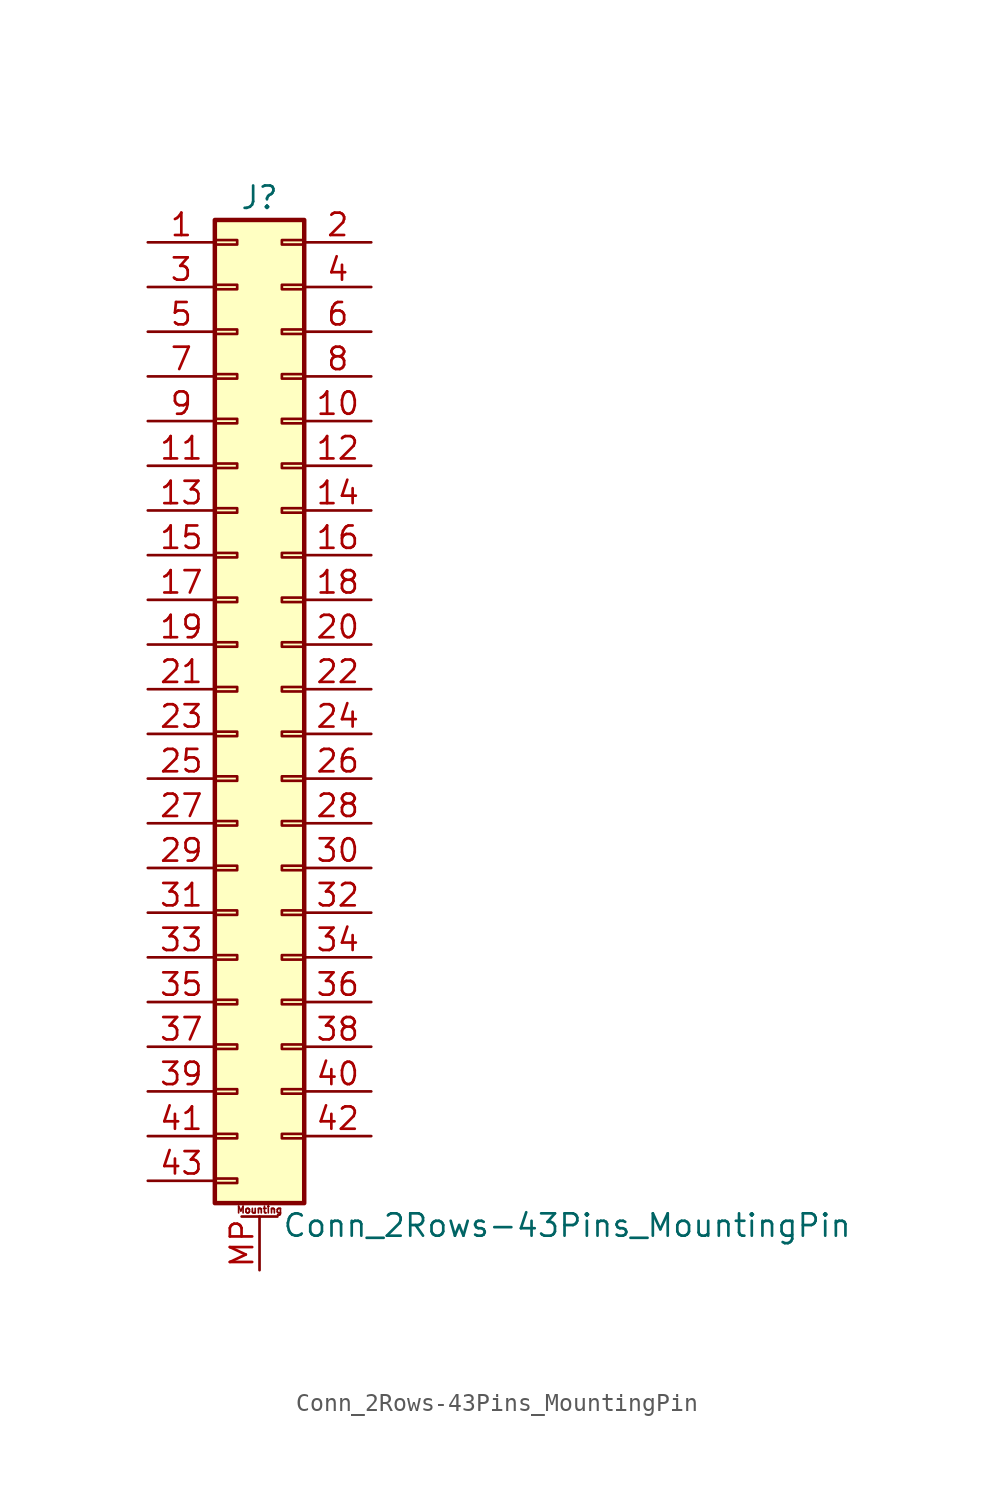
<source format=kicad_sym>
(kicad_symbol_lib
  (version 20211014)
  (generator kicad_symbol_editor)
  (symbol "Conn_2Rows-43Pins_MountingPin"
    (pin_names
      (offset 1.016) hide)
    (property "Reference" "J"
      (at 1.27 27.94 0)
      (effects (font (size 1.27 1.27))))
    (property "Value" "Conn_2Rows-43Pins_MountingPin"
      (at 2.54 -30.48 0)
      (effects (font (size 1.27 1.27)) (justify left)))
    (symbol "Conn_2Rows-43Pins_MountingPin_1_1"
      (rectangle (start -1.27 -27.813) (end 0 -28.067) (stroke (width 0.152) (type default) (color 0 0 0 0)) (fill (type none)))
      (rectangle (start -1.27 -25.273) (end 0 -25.527) (stroke (width 0.152) (type default) (color 0 0 0 0)) (fill (type none)))
      (rectangle (start -1.27 -22.733) (end 0 -22.987) (stroke (width 0.152) (type default) (color 0 0 0 0)) (fill (type none)))
      (rectangle (start -1.27 -20.193) (end 0 -20.447) (stroke (width 0.152) (type default) (color 0 0 0 0)) (fill (type none)))
      (rectangle (start -1.27 -17.653) (end 0 -17.907) (stroke (width 0.152) (type default) (color 0 0 0 0)) (fill (type none)))
      (rectangle (start -1.27 -15.113) (end 0 -15.367) (stroke (width 0.152) (type default) (color 0 0 0 0)) (fill (type none)))
      (rectangle (start -1.27 -12.573) (end 0 -12.827) (stroke (width 0.152) (type default) (color 0 0 0 0)) (fill (type none)))
      (rectangle (start -1.27 -10.033) (end 0 -10.287) (stroke (width 0.152) (type default) (color 0 0 0 0)) (fill (type none)))
      (rectangle (start -1.27 -7.493) (end 0 -7.747) (stroke (width 0.152) (type default) (color 0 0 0 0)) (fill (type none)))
      (rectangle (start -1.27 -4.953) (end 0 -5.207) (stroke (width 0.152) (type default) (color 0 0 0 0)) (fill (type none)))
      (rectangle (start -1.27 -2.413) (end 0 -2.667) (stroke (width 0.152) (type default) (color 0 0 0 0)) (fill (type none)))
      (rectangle (start -1.27 0.127) (end 0 -0.127) (stroke (width 0.152) (type default) (color 0 0 0 0)) (fill (type none)))
      (rectangle (start -1.27 2.667) (end 0 2.413) (stroke (width 0.152) (type default) (color 0 0 0 0)) (fill (type none)))
      (rectangle (start -1.27 5.207) (end 0 4.953) (stroke (width 0.152) (type default) (color 0 0 0 0)) (fill (type none)))
      (rectangle (start -1.27 7.747) (end 0 7.493) (stroke (width 0.152) (type default) (color 0 0 0 0)) (fill (type none)))
      (rectangle (start -1.27 10.287) (end 0 10.033) (stroke (width 0.152) (type default) (color 0 0 0 0)) (fill (type none)))
      (rectangle (start -1.27 12.827) (end 0 12.573) (stroke (width 0.152) (type default) (color 0 0 0 0)) (fill (type none)))
      (rectangle (start -1.27 15.367) (end 0 15.113) (stroke (width 0.152) (type default) (color 0 0 0 0)) (fill (type none)))
      (rectangle (start -1.27 17.907) (end 0 17.653) (stroke (width 0.152) (type default) (color 0 0 0 0)) (fill (type none)))
      (rectangle (start -1.27 20.447) (end 0 20.193) (stroke (width 0.152) (type default) (color 0 0 0 0)) (fill (type none)))
      (rectangle (start -1.27 22.987) (end 0 22.733) (stroke (width 0.152) (type default) (color 0 0 0 0)) (fill (type none)))
      (rectangle (start -1.27 25.527) (end 0 25.273) (stroke (width 0.152) (type default) (color 0 0 0 0)) (fill (type none)))
      (rectangle (start -1.27 26.67) (end 3.81 -29.21) (stroke (width 0.254) (type default) (color 0 0 0 0)) (fill (type background)))
      (polyline (pts (xy 0.254 -29.972) (xy 2.286 -29.972)) (stroke (width 0.152) (type default) (color 0 0 0 0)) (fill (type none)))
      (rectangle (start 3.81 -25.273) (end 2.54 -25.527) (stroke (width 0.152) (type default) (color 0 0 0 0)) (fill (type none)))
      (rectangle (start 3.81 -22.733) (end 2.54 -22.987) (stroke (width 0.152) (type default) (color 0 0 0 0)) (fill (type none)))
      (rectangle (start 3.81 -20.193) (end 2.54 -20.447) (stroke (width 0.152) (type default) (color 0 0 0 0)) (fill (type none)))
      (rectangle (start 3.81 -17.653) (end 2.54 -17.907) (stroke (width 0.152) (type default) (color 0 0 0 0)) (fill (type none)))
      (rectangle (start 3.81 -15.113) (end 2.54 -15.367) (stroke (width 0.152) (type default) (color 0 0 0 0)) (fill (type none)))
      (rectangle (start 3.81 -12.573) (end 2.54 -12.827) (stroke (width 0.152) (type default) (color 0 0 0 0)) (fill (type none)))
      (rectangle (start 3.81 -10.033) (end 2.54 -10.287) (stroke (width 0.152) (type default) (color 0 0 0 0)) (fill (type none)))
      (rectangle (start 3.81 -7.493) (end 2.54 -7.747) (stroke (width 0.152) (type default) (color 0 0 0 0)) (fill (type none)))
      (rectangle (start 3.81 -4.953) (end 2.54 -5.207) (stroke (width 0.152) (type default) (color 0 0 0 0)) (fill (type none)))
      (rectangle (start 3.81 -2.413) (end 2.54 -2.667) (stroke (width 0.152) (type default) (color 0 0 0 0)) (fill (type none)))
      (rectangle (start 3.81 0.127) (end 2.54 -0.127) (stroke (width 0.152) (type default) (color 0 0 0 0)) (fill (type none)))
      (rectangle (start 3.81 2.667) (end 2.54 2.413) (stroke (width 0.152) (type default) (color 0 0 0 0)) (fill (type none)))
      (rectangle (start 3.81 5.207) (end 2.54 4.953) (stroke (width 0.152) (type default) (color 0 0 0 0)) (fill (type none)))
      (rectangle (start 3.81 7.747) (end 2.54 7.493) (stroke (width 0.152) (type default) (color 0 0 0 0)) (fill (type none)))
      (rectangle (start 3.81 10.287) (end 2.54 10.033) (stroke (width 0.152) (type default) (color 0 0 0 0)) (fill (type none)))
      (rectangle (start 3.81 12.827) (end 2.54 12.573) (stroke (width 0.152) (type default) (color 0 0 0 0)) (fill (type none)))
      (rectangle (start 3.81 15.367) (end 2.54 15.113) (stroke (width 0.152) (type default) (color 0 0 0 0)) (fill (type none)))
      (rectangle (start 3.81 17.907) (end 2.54 17.653) (stroke (width 0.152) (type default) (color 0 0 0 0)) (fill (type none)))
      (rectangle (start 3.81 20.447) (end 2.54 20.193) (stroke (width 0.152) (type default) (color 0 0 0 0)) (fill (type none)))
      (rectangle (start 3.81 22.987) (end 2.54 22.733) (stroke (width 0.152) (type default) (color 0 0 0 0)) (fill (type none)))
      (rectangle (start 3.81 25.527) (end 2.54 25.273) (stroke (width 0.152) (type default) (color 0 0 0 0)) (fill (type none)))
      (text "Mounting" (at 1.27 -29.591 0) (effects (font (size 0.381 0.381))))
      (pin passive line (at -5.08 25.4 0) (length 3.81) (name "Pin_1" (effects (font (size 1.27 1.27)))) (number "1" (effects (font (size 1.27 1.27)))))
      (pin passive line (at 7.62 15.24 180) (length 3.81) (name "Pin_10" (effects (font (size 1.27 1.27)))) (number "10" (effects (font (size 1.27 1.27)))))
      (pin passive line (at -5.08 12.7 0) (length 3.81) (name "Pin_11" (effects (font (size 1.27 1.27)))) (number "11" (effects (font (size 1.27 1.27)))))
      (pin passive line (at 7.62 12.7 180) (length 3.81) (name "Pin_12" (effects (font (size 1.27 1.27)))) (number "12" (effects (font (size 1.27 1.27)))))
      (pin passive line (at -5.08 10.16 0) (length 3.81) (name "Pin_13" (effects (font (size 1.27 1.27)))) (number "13" (effects (font (size 1.27 1.27)))))
      (pin passive line (at 7.62 10.16 180) (length 3.81) (name "Pin_14" (effects (font (size 1.27 1.27)))) (number "14" (effects (font (size 1.27 1.27)))))
      (pin passive line (at -5.08 7.62 0) (length 3.81) (name "Pin_15" (effects (font (size 1.27 1.27)))) (number "15" (effects (font (size 1.27 1.27)))))
      (pin passive line (at 7.62 7.62 180) (length 3.81) (name "Pin_16" (effects (font (size 1.27 1.27)))) (number "16" (effects (font (size 1.27 1.27)))))
      (pin passive line (at -5.08 5.08 0) (length 3.81) (name "Pin_17" (effects (font (size 1.27 1.27)))) (number "17" (effects (font (size 1.27 1.27)))))
      (pin passive line (at 7.62 5.08 180) (length 3.81) (name "Pin_18" (effects (font (size 1.27 1.27)))) (number "18" (effects (font (size 1.27 1.27)))))
      (pin passive line (at -5.08 2.54 0) (length 3.81) (name "Pin_19" (effects (font (size 1.27 1.27)))) (number "19" (effects (font (size 1.27 1.27)))))
      (pin passive line (at 7.62 25.4 180) (length 3.81) (name "Pin_2" (effects (font (size 1.27 1.27)))) (number "2" (effects (font (size 1.27 1.27)))))
      (pin passive line (at 7.62 2.54 180) (length 3.81) (name "Pin_20" (effects (font (size 1.27 1.27)))) (number "20" (effects (font (size 1.27 1.27)))))
      (pin passive line (at -5.08 0 0) (length 3.81) (name "Pin_21" (effects (font (size 1.27 1.27)))) (number "21" (effects (font (size 1.27 1.27)))))
      (pin passive line (at 7.62 0 180) (length 3.81) (name "Pin_22" (effects (font (size 1.27 1.27)))) (number "22" (effects (font (size 1.27 1.27)))))
      (pin passive line (at -5.08 -2.54 0) (length 3.81) (name "Pin_23" (effects (font (size 1.27 1.27)))) (number "23" (effects (font (size 1.27 1.27)))))
      (pin passive line (at 7.62 -2.54 180) (length 3.81) (name "Pin_24" (effects (font (size 1.27 1.27)))) (number "24" (effects (font (size 1.27 1.27)))))
      (pin passive line (at -5.08 -5.08 0) (length 3.81) (name "Pin_25" (effects (font (size 1.27 1.27)))) (number "25" (effects (font (size 1.27 1.27)))))
      (pin passive line (at 7.62 -5.08 180) (length 3.81) (name "Pin_26" (effects (font (size 1.27 1.27)))) (number "26" (effects (font (size 1.27 1.27)))))
      (pin passive line (at -5.08 -7.62 0) (length 3.81) (name "Pin_27" (effects (font (size 1.27 1.27)))) (number "27" (effects (font (size 1.27 1.27)))))
      (pin passive line (at 7.62 -7.62 180) (length 3.81) (name "Pin_28" (effects (font (size 1.27 1.27)))) (number "28" (effects (font (size 1.27 1.27)))))
      (pin passive line (at -5.08 -10.16 0) (length 3.81) (name "Pin_29" (effects (font (size 1.27 1.27)))) (number "29" (effects (font (size 1.27 1.27)))))
      (pin passive line (at -5.08 22.86 0) (length 3.81) (name "Pin_3" (effects (font (size 1.27 1.27)))) (number "3" (effects (font (size 1.27 1.27)))))
      (pin passive line (at 7.62 -10.16 180) (length 3.81) (name "Pin_30" (effects (font (size 1.27 1.27)))) (number "30" (effects (font (size 1.27 1.27)))))
      (pin passive line (at -5.08 -12.7 0) (length 3.81) (name "Pin_31" (effects (font (size 1.27 1.27)))) (number "31" (effects (font (size 1.27 1.27)))))
      (pin passive line (at 7.62 -12.7 180) (length 3.81) (name "Pin_32" (effects (font (size 1.27 1.27)))) (number "32" (effects (font (size 1.27 1.27)))))
      (pin passive line (at -5.08 -15.24 0) (length 3.81) (name "Pin_33" (effects (font (size 1.27 1.27)))) (number "33" (effects (font (size 1.27 1.27)))))
      (pin passive line (at 7.62 -15.24 180) (length 3.81) (name "Pin_34" (effects (font (size 1.27 1.27)))) (number "34" (effects (font (size 1.27 1.27)))))
      (pin passive line (at -5.08 -17.78 0) (length 3.81) (name "Pin_35" (effects (font (size 1.27 1.27)))) (number "35" (effects (font (size 1.27 1.27)))))
      (pin passive line (at 7.62 -17.78 180) (length 3.81) (name "Pin_36" (effects (font (size 1.27 1.27)))) (number "36" (effects (font (size 1.27 1.27)))))
      (pin passive line (at -5.08 -20.32 0) (length 3.81) (name "Pin_37" (effects (font (size 1.27 1.27)))) (number "37" (effects (font (size 1.27 1.27)))))
      (pin passive line (at 7.62 -20.32 180) (length 3.81) (name "Pin_38" (effects (font (size 1.27 1.27)))) (number "38" (effects (font (size 1.27 1.27)))))
      (pin passive line (at -5.08 -22.86 0) (length 3.81) (name "Pin_39" (effects (font (size 1.27 1.27)))) (number "39" (effects (font (size 1.27 1.27)))))
      (pin passive line (at 7.62 22.86 180) (length 3.81) (name "Pin_4" (effects (font (size 1.27 1.27)))) (number "4" (effects (font (size 1.27 1.27)))))
      (pin passive line (at 7.62 -22.86 180) (length 3.81) (name "Pin_40" (effects (font (size 1.27 1.27)))) (number "40" (effects (font (size 1.27 1.27)))))
      (pin passive line (at -5.08 -25.4 0) (length 3.81) (name "Pin_41" (effects (font (size 1.27 1.27)))) (number "41" (effects (font (size 1.27 1.27)))))
      (pin passive line (at 7.62 -25.4 180) (length 3.81) (name "Pin_42" (effects (font (size 1.27 1.27)))) (number "42" (effects (font (size 1.27 1.27)))))
      (pin passive line (at -5.08 -27.94 0) (length 3.81) (name "Pin_43" (effects (font (size 1.27 1.27)))) (number "43" (effects (font (size 1.27 1.27)))))
      (pin passive line (at -5.08 20.32 0) (length 3.81) (name "Pin_5" (effects (font (size 1.27 1.27)))) (number "5" (effects (font (size 1.27 1.27)))))
      (pin passive line (at 7.62 20.32 180) (length 3.81) (name "Pin_6" (effects (font (size 1.27 1.27)))) (number "6" (effects (font (size 1.27 1.27)))))
      (pin passive line (at -5.08 17.78 0) (length 3.81) (name "Pin_7" (effects (font (size 1.27 1.27)))) (number "7" (effects (font (size 1.27 1.27)))))
      (pin passive line (at 7.62 17.78 180) (length 3.81) (name "Pin_8" (effects (font (size 1.27 1.27)))) (number "8" (effects (font (size 1.27 1.27)))))
      (pin passive line (at -5.08 15.24 0) (length 3.81) (name "Pin_9" (effects (font (size 1.27 1.27)))) (number "9" (effects (font (size 1.27 1.27)))))
      (pin passive line (at 1.27 -33.02 90) (length 3.048) (name "MountPin" (effects (font (size 1.27 1.27)))) (number "MP" (effects (font (size 1.27 1.27))))))))
</source>
